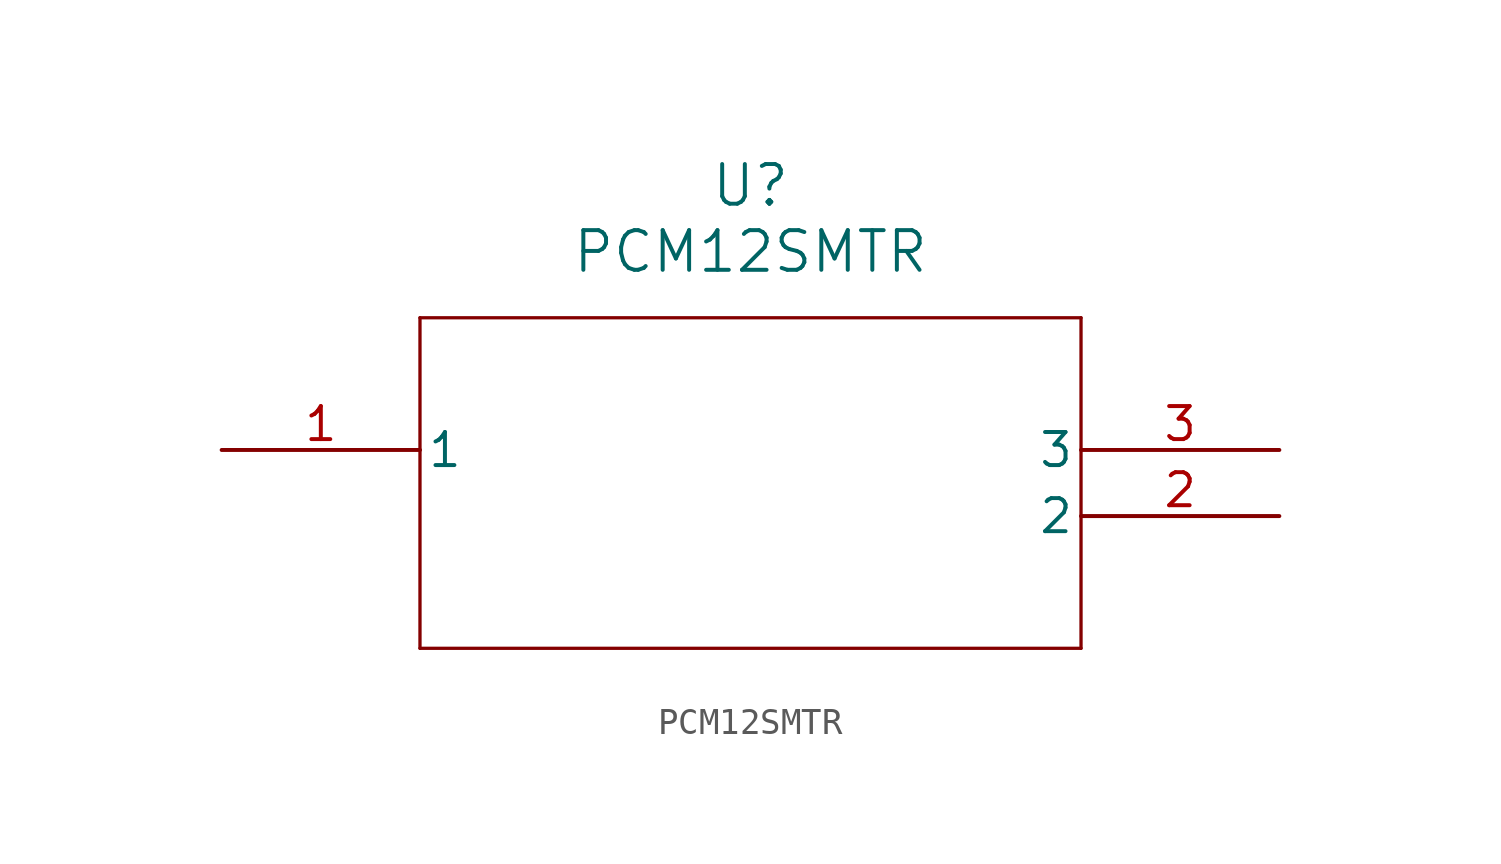
<source format=kicad_sym>
(kicad_symbol_lib
  (version 20211014)
  (generator kicad_symbol_editor)
  (symbol "PCM12SMTR"
    (pin_names
      (offset 0.254))
    (property "Reference" "U"
      (at 20.32 10.16 0)
      (effects (font (size 1.524 1.524))))
    (property "Value" "PCM12SMTR"
      (at 20.32 7.62 0)
      (effects (font (size 1.524 1.524))))
    (polyline
      (pts (xy 7.62 5.08) (xy 7.62 -7.62))
      (stroke (width 0.127) (type default) (color 0 0 0 0))
      (fill (type none)))
    (polyline
      (pts (xy 7.62 -7.62) (xy 33.02 -7.62))
      (stroke (width 0.127) (type default) (color 0 0 0 0))
      (fill (type none)))
    (polyline
      (pts (xy 33.02 -7.62) (xy 33.02 5.08))
      (stroke (width 0.127) (type default) (color 0 0 0 0))
      (fill (type none)))
    (polyline
      (pts (xy 33.02 5.08) (xy 7.62 5.08))
      (stroke (width 0.127) (type default) (color 0 0 0 0))
      (fill (type none)))
    (pin unspecified line
      (at 0 0 0)
      (length 7.62)
      (name "1" (effects (font (size 1.27 1.27))))
      (number "1" (effects (font (size 1.27 1.27)))))
    (pin unspecified line
      (at 40.64 -2.54 180)
      (length 7.62)
      (name "2" (effects (font (size 1.27 1.27))))
      (number "2" (effects (font (size 1.27 1.27)))))
    (pin unspecified line
      (at 40.64 0 180)
      (length 7.62)
      (name "3" (effects (font (size 1.27 1.27))))
      (number "3" (effects (font (size 1.27 1.27)))))))
</source>
